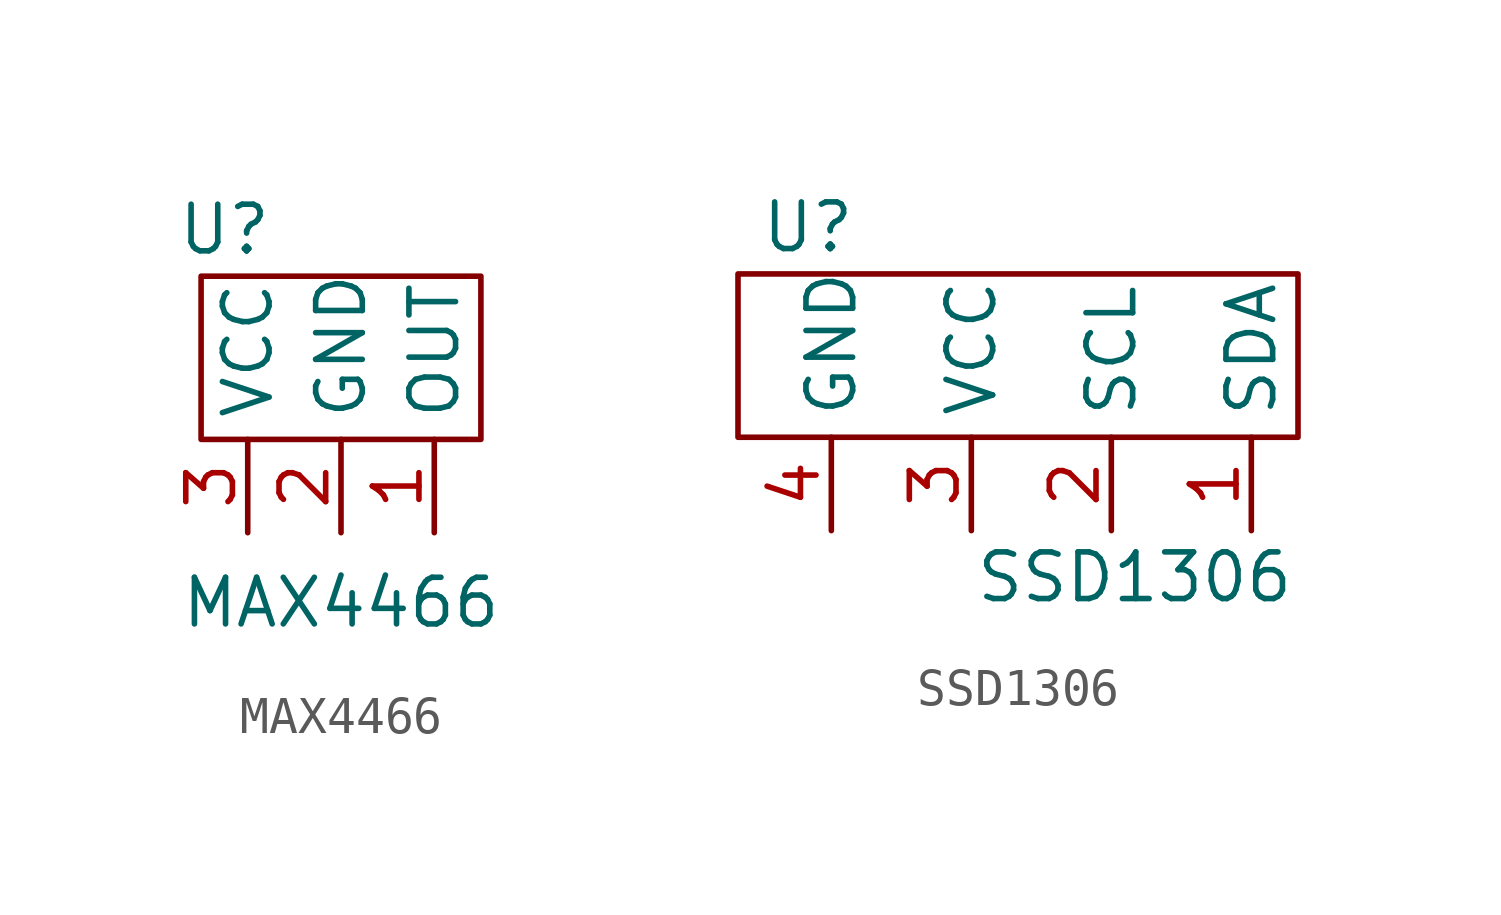
<source format=kicad_sym>
(kicad_symbol_lib
  (version 20211014)
  (generator kicad_symbol_editor)
  (symbol "MAX4466"
    (property "Reference" "U"
      (at -3.175 10.16 0)
      (effects (font (size 1.27 1.27))))
    (property "Value" "MAX4466"
      (at 0 0 0)
      (effects (font (size 1.27 1.27))))
    (symbol "MAX4466_0_1"
      (rectangle (start 3.81 4.445) (end -3.81 8.89) (stroke (width 0) (type default) (color 0 0 0 0)) (fill (type none))))
    (symbol "MAX4466_1_1"
      (pin input line (at 2.54 1.905 90) (length 2.54) (name "OUT" (effects (font (size 1.27 1.27)))) (number "1" (effects (font (size 1.27 1.27)))))
      (pin input line (at 0 1.905 90) (length 2.54) (name "GND" (effects (font (size 1.27 1.27)))) (number "2" (effects (font (size 1.27 1.27)))))
      (pin input line (at -2.54 1.905 90) (length 2.54) (name "VCC" (effects (font (size 1.27 1.27)))) (number "3" (effects (font (size 1.27 1.27)))))))
  (symbol "SSD1306"
    (property "Reference" "U"
      (at -5.715 3.175 0)
      (effects (font (size 1.27 1.27))))
    (property "Value" "SSD1306"
      (at 3.175 -6.35 0)
      (effects (font (size 1.27 1.27))))
    (symbol "SSD1306_0_1"
      (rectangle (start -7.62 1.905) (end 7.62 -2.54) (stroke (width 0) (type default) (color 0 0 0 0)) (fill (type none))))
    (symbol "SSD1306_1_1"
      (pin input line (at 6.35 -5.08 90) (length 2.54) (name "SDA" (effects (font (size 1.27 1.27)))) (number "1" (effects (font (size 1.27 1.27)))))
      (pin input line (at 2.54 -5.08 90) (length 2.54) (name "SCL" (effects (font (size 1.27 1.27)))) (number "2" (effects (font (size 1.27 1.27)))))
      (pin power_in line (at -1.27 -5.08 90) (length 2.54) (name "VCC" (effects (font (size 1.27 1.27)))) (number "3" (effects (font (size 1.27 1.27)))))
      (pin power_in line (at -5.08 -5.08 90) (length 2.54) (name "GND" (effects (font (size 1.27 1.27)))) (number "4" (effects (font (size 1.27 1.27))))))))
</source>
